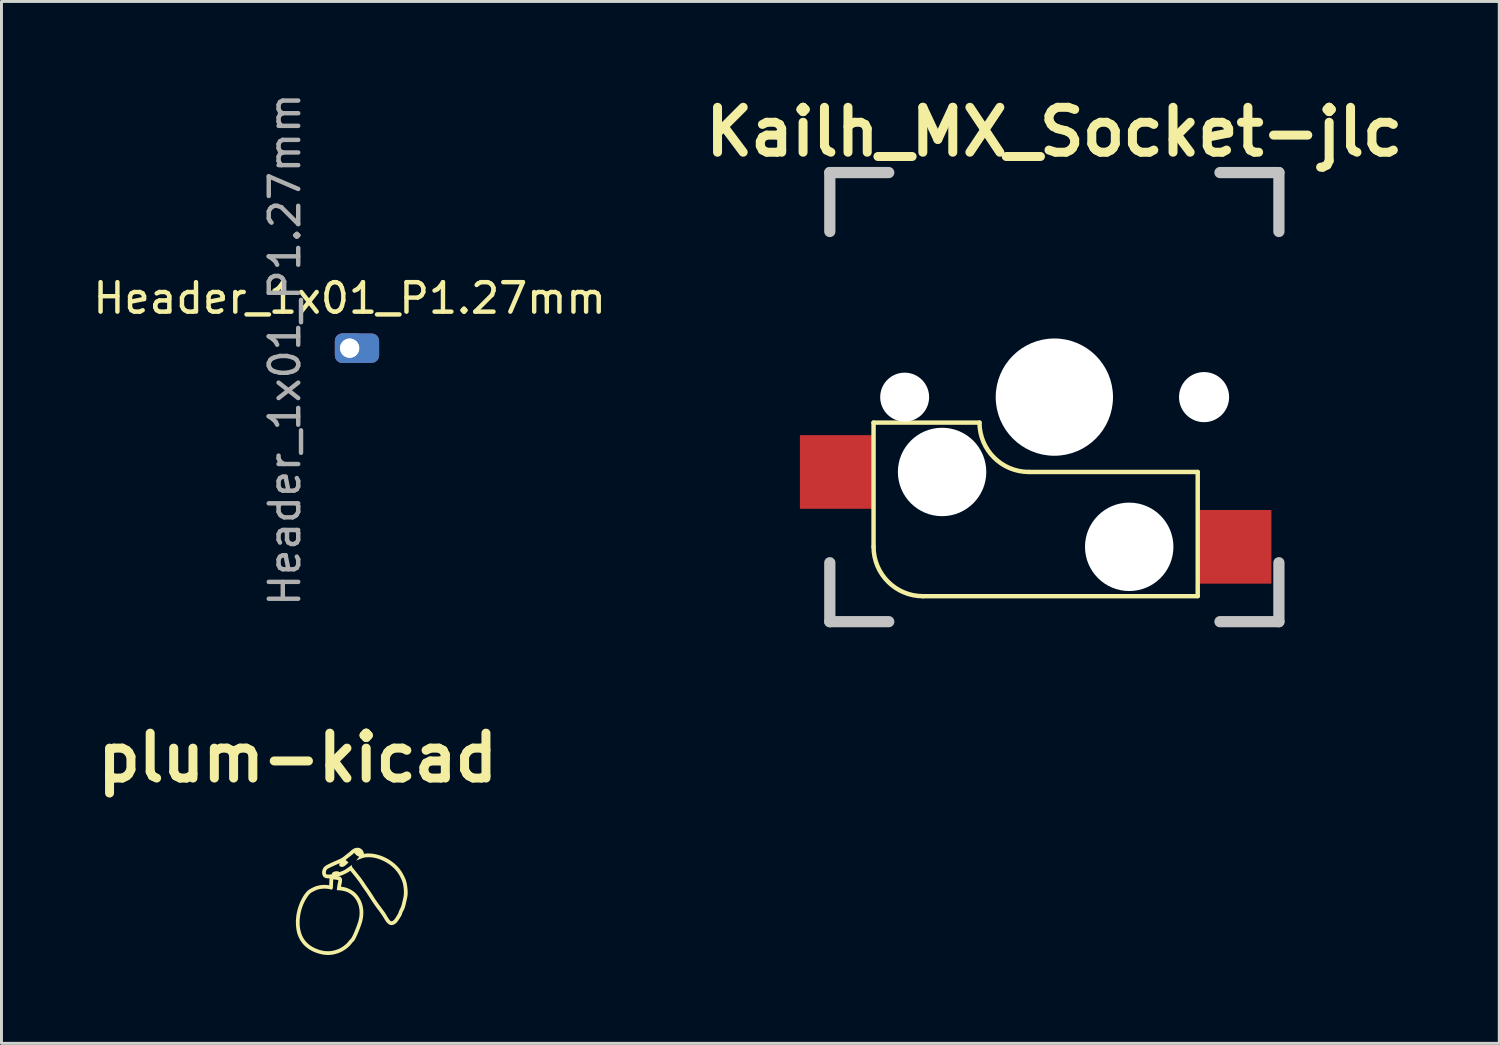
<source format=kicad_pcb>
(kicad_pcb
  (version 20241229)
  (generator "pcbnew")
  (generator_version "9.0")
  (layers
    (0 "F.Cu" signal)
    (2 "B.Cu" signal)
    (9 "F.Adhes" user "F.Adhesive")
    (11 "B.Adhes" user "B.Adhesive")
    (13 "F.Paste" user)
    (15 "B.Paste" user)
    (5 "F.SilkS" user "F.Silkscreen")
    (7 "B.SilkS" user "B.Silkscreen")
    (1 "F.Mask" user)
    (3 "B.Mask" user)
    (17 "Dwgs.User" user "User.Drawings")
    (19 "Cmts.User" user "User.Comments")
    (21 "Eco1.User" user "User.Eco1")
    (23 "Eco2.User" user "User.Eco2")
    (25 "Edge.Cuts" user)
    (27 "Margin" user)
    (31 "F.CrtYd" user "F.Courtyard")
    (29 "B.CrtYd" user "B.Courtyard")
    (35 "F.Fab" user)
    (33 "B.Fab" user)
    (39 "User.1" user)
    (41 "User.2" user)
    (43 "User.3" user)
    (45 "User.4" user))
  (footprint "plum-kicad"
    (layer "F.Cu")
    (at 7.054 25.781)
    (property "Reference" "plum-kicad" (at 0 -3.117 0) (layer "F.SilkS") (effects (font (size 1.524 1.524) (thickness 0.305))))
    (attr exclude_from_pos_files exclude_from_bom)
    (fp_poly (pts (xy 3.65 1.717) (xy 3.643 1.75) (xy 3.636 1.783) (xy 3.659 1.765) (xy 3.655 1.732) (xy 3.65 1.717)) (stroke (width 0) (type solid)) (fill yes) (layer "F.Mask"))
    (fp_poly (pts (xy 1.219 0.886) (xy 1.172 0.893) (xy 1.126 0.905) (xy 1.079 0.916) (xy 1.077 0.965) (xy 1.075 1.014) (xy 1.073 1.063) (xy 1.072 1.112) (xy 1.07 1.161) (xy 1.068 1.211) (xy 1.02 1.204) (xy 0.973 1.199) (xy 0.925 1.197) (xy 0.877 1.198) (xy 0.83 1.2) (xy 0.782 1.205) (xy 0.735 1.213) (xy 0.688 1.223) (xy 0.642 1.235) (xy 0.597 1.25) (xy 0.552 1.268) (xy 0.508 1.29) (xy 0.463 1.312) (xy 0.42 1.336) (xy 0.378 1.363) (xy 0.338 1.393) (xy 0.303 1.428) (xy 0.27 1.466) (xy 0.239 1.506) (xy 0.21 1.548) (xy 0.183 1.591) (xy 0.158 1.635) (xy 0.134 1.68) (xy 0.111 1.725) (xy 0.089 1.77) (xy 0.069 1.817) (xy 0.05 1.865) (xy 0.032 1.914) (xy 0.016 1.963) (xy 0.001 2.012) (xy -0.012 2.062) (xy -0.024 2.112) (xy -0.035 2.163) (xy -0.043 2.213) (xy -0.051 2.264) (xy -0.056 2.316) (xy -0.06 2.367) (xy -0.063 2.418) (xy -0.063 2.47) (xy -0.062 2.521) (xy -0.06 2.573) (xy -0.055 2.624) (xy -0.049 2.675) (xy -0.041 2.726) (xy -0.032 2.777) (xy -0.02 2.824) (xy -0.006 2.87) (xy 0.01 2.915) (xy 0.028 2.96) (xy 0.049 3.004) (xy 0.071 3.047) (xy 0.096 3.088) (xy 0.122 3.128) (xy 0.151 3.167) (xy 0.181 3.205) (xy 0.214 3.24) (xy 0.248 3.274) (xy 0.284 3.306) (xy 0.322 3.336) (xy 0.361 3.364) (xy 0.404 3.392) (xy 0.447 3.418) (xy 0.492 3.442) (xy 0.538 3.464) (xy 0.584 3.484) (xy 0.632 3.502) (xy 0.68 3.518) (xy 0.728 3.532) (xy 0.778 3.545) (xy 0.827 3.555) (xy 0.877 3.564) (xy 0.927 3.57) (xy 0.978 3.575) (xy 0.995 3.575) (xy 0.995 3.448) (xy 0.943 3.445) (xy 0.896 3.439) (xy 0.849 3.431) (xy 0.802 3.421) (xy 0.756 3.409) (xy 0.711 3.395) (xy 0.666 3.379) (xy 0.622 3.361) (xy 0.578 3.342) (xy 0.535 3.321) (xy 0.495 3.299) (xy 0.454 3.274) (xy 0.415 3.247) (xy 0.377 3.218) (xy 0.341 3.187) (xy 0.306 3.153) (xy 0.274 3.118) (xy 0.244 3.081) (xy 0.216 3.042) (xy 0.19 3) (xy 0.167 2.957) (xy 0.146 2.913) (xy 0.128 2.867) (xy 0.112 2.82) (xy 0.099 2.773) (xy 0.088 2.725) (xy 0.079 2.676) (xy 0.072 2.628) (xy 0.068 2.584) (xy 0.065 2.538) (xy 0.063 2.492) (xy 0.064 2.446) (xy 0.065 2.399) (xy 0.068 2.353) (xy 0.073 2.307) (xy 0.079 2.259) (xy 0.086 2.211) (xy 0.095 2.163) (xy 0.105 2.116) (xy 0.117 2.07) (xy 0.129 2.024) (xy 0.144 1.978) (xy 0.159 1.932) (xy 0.177 1.887) (xy 0.197 1.838) (xy 0.219 1.79) (xy 0.243 1.744) (xy 0.268 1.698) (xy 0.295 1.653) (xy 0.324 1.608) (xy 0.349 1.571) (xy 0.377 1.535) (xy 0.408 1.502) (xy 0.442 1.472) (xy 0.479 1.446) (xy 0.52 1.426) (xy 0.561 1.404) (xy 0.602 1.385) (xy 0.644 1.367) (xy 0.688 1.353) (xy 0.732 1.342) (xy 0.777 1.335) (xy 0.824 1.329) (xy 0.871 1.325) (xy 0.918 1.324) (xy 0.965 1.326) (xy 1.012 1.33) (xy 1.059 1.337) (xy 1.105 1.347) (xy 1.151 1.359) (xy 1.18 1.335) (xy 1.191 1.3) (xy 1.192 1.263) (xy 1.195 1.213) (xy 1.197 1.162) (xy 1.199 1.112) (xy 1.201 1.062) (xy 1.203 1.012) (xy 1.248 1.014) (xy 1.292 1.02) (xy 1.335 1.027) (xy 1.379 1.034) (xy 1.371 1.083) (xy 1.362 1.132) (xy 1.352 1.181) (xy 1.343 1.23) (xy 1.336 1.279) (xy 1.33 1.328) (xy 1.327 1.378) (xy 1.378 1.379) (xy 1.429 1.382) (xy 1.48 1.388) (xy 1.53 1.397) (xy 1.58 1.408) (xy 1.629 1.422) (xy 1.677 1.44) (xy 1.723 1.462) (xy 1.767 1.487) (xy 1.809 1.517) (xy 1.848 1.548) (xy 1.885 1.583) (xy 1.919 1.621) (xy 1.95 1.661) (xy 1.978 1.702) (xy 2.003 1.745) (xy 2.025 1.789) (xy 2.043 1.833) (xy 2.059 1.878) (xy 2.072 1.923) (xy 2.082 1.969) (xy 2.09 2.015) (xy 2.095 2.061) (xy 2.098 2.112) (xy 2.098 2.162) (xy 2.096 2.212) (xy 2.091 2.262) (xy 2.083 2.311) (xy 2.073 2.36) (xy 2.062 2.409) (xy 2.048 2.458) (xy 2.033 2.507) (xy 2.015 2.555) (xy 1.998 2.602) (xy 1.98 2.65) (xy 1.961 2.698) (xy 1.942 2.745) (xy 1.923 2.793) (xy 1.902 2.84) (xy 1.881 2.886) (xy 1.858 2.932) (xy 1.834 2.977) (xy 1.808 3.022) (xy 1.775 3.054) (xy 1.743 3.088) (xy 1.714 3.124) (xy 1.684 3.16) (xy 1.652 3.194) (xy 1.617 3.225) (xy 1.58 3.255) (xy 1.542 3.283) (xy 1.503 3.31) (xy 1.462 3.333) (xy 1.42 3.355) (xy 1.377 3.375) (xy 1.333 3.392) (xy 1.288 3.407) (xy 1.243 3.42) (xy 1.197 3.43) (xy 1.147 3.439) (xy 1.096 3.445) (xy 1.046 3.448) (xy 0.995 3.448) (xy 0.995 3.575) (xy 1.028 3.576) (xy 1.079 3.574) (xy 1.129 3.57) (xy 1.179 3.563) (xy 1.229 3.554) (xy 1.278 3.542) (xy 1.327 3.528) (xy 1.375 3.512) (xy 1.422 3.494) (xy 1.468 3.473) (xy 1.513 3.45) (xy 1.557 3.425) (xy 1.6 3.397) (xy 1.641 3.368) (xy 1.681 3.337) (xy 1.719 3.304) (xy 1.756 3.269) (xy 1.79 3.232) (xy 1.823 3.193) (xy 1.853 3.153) (xy 1.888 3.123) (xy 1.917 3.088) (xy 1.942 3.049) (xy 1.962 3.008) (xy 1.985 2.961) (xy 2.008 2.913) (xy 2.029 2.865) (xy 2.05 2.817) (xy 2.07 2.768) (xy 2.089 2.719) (xy 2.108 2.67) (xy 2.126 2.621) (xy 2.144 2.571) (xy 2.161 2.522) (xy 2.176 2.472) (xy 2.19 2.423) (xy 2.201 2.372) (xy 2.21 2.322) (xy 2.218 2.27) (xy 2.223 2.219) (xy 2.225 2.168) (xy 2.225 2.116) (xy 2.223 2.065) (xy 2.218 2.014) (xy 2.21 1.963) (xy 2.2 1.912) (xy 2.188 1.865) (xy 2.173 1.818) (xy 2.156 1.773) (xy 2.137 1.728) (xy 2.115 1.684) (xy 2.09 1.642) (xy 2.064 1.601) (xy 2.035 1.562) (xy 2.004 1.524) (xy 1.971 1.489) (xy 1.935 1.456) (xy 1.898 1.425) (xy 1.858 1.396) (xy 1.817 1.37) (xy 1.774 1.347) (xy 1.732 1.327) (xy 1.69 1.31) (xy 1.647 1.294) (xy 1.602 1.282) (xy 1.558 1.272) (xy 1.512 1.264) (xy 1.467 1.259) (xy 1.476 1.207) (xy 1.487 1.156) (xy 1.497 1.104) (xy 1.503 1.053) (xy 1.502 1) (xy 1.483 0.958) (xy 1.448 0.925) (xy 1.405 0.906) (xy 1.358 0.902) (xy 1.312 0.894) (xy 1.266 0.888) (xy 1.219 0.886)) (stroke (width 0) (type solid)) (fill yes) (layer "F.SilkS"))
    (fp_poly (pts (xy 2.026 -0.063) (xy 1.975 -0.058) (xy 1.927 -0.044) (xy 1.882 -0.021) (xy 1.84 0.008) (xy 1.8 0.041) (xy 1.764 0.076) (xy 1.727 0.105) (xy 1.69 0.134) (xy 1.653 0.163) (xy 1.617 0.192) (xy 1.58 0.221) (xy 1.543 0.25) (xy 1.505 0.277) (xy 1.462 0.302) (xy 1.417 0.324) (xy 1.372 0.345) (xy 1.326 0.365) (xy 1.281 0.385) (xy 1.235 0.404) (xy 1.189 0.424) (xy 1.144 0.445) (xy 1.099 0.467) (xy 1.056 0.487) (xy 1.013 0.509) (xy 0.97 0.532) (xy 0.93 0.558) (xy 0.894 0.59) (xy 0.868 0.625) (xy 0.848 0.665) (xy 0.834 0.708) (xy 0.827 0.752) (xy 0.827 0.797) (xy 0.834 0.84) (xy 0.849 0.882) (xy 0.872 0.92) (xy 0.91 0.95) (xy 0.955 0.967) (xy 1.003 0.974) (xy 1.053 0.975) (xy 1.101 0.971) (xy 1.144 0.967) (xy 1.185 0.956) (xy 1.225 0.943) (xy 1.264 0.926) (xy 1.314 0.92) (xy 1.364 0.91) (xy 1.413 0.898) (xy 1.461 0.884) (xy 1.509 0.866) (xy 1.555 0.847) (xy 1.601 0.826) (xy 1.646 0.802) (xy 1.69 0.778) (xy 1.733 0.751) (xy 1.76 0.732) (xy 1.785 0.719) (xy 1.817 0.758) (xy 1.85 0.798) (xy 1.882 0.837) (xy 1.914 0.877) (xy 1.946 0.916) (xy 1.978 0.956) (xy 2.009 0.997) (xy 2.04 1.037) (xy 2.07 1.078) (xy 2.1 1.12) (xy 2.129 1.162) (xy 2.156 1.205) (xy 2.183 1.248) (xy 2.212 1.289) (xy 2.241 1.33) (xy 2.27 1.371) (xy 2.3 1.412) (xy 2.328 1.453) (xy 2.356 1.495) (xy 2.383 1.537) (xy 2.41 1.579) (xy 2.437 1.62) (xy 2.464 1.662) (xy 2.491 1.704) (xy 2.518 1.745) (xy 2.546 1.787) (xy 2.574 1.828) (xy 2.602 1.869) (xy 2.63 1.909) (xy 2.659 1.95) (xy 2.689 1.99) (xy 2.719 2.029) (xy 2.751 2.071) (xy 2.782 2.114) (xy 2.813 2.157) (xy 2.843 2.2) (xy 2.873 2.244) (xy 2.901 2.289) (xy 2.929 2.334) (xy 2.955 2.379) (xy 2.983 2.422) (xy 3.014 2.463) (xy 3.049 2.501) (xy 3.088 2.532) (xy 3.134 2.556) (xy 3.182 2.562) (xy 3.197 2.56) (xy 3.197 2.433) (xy 3.154 2.425) (xy 3.121 2.393) (xy 3.093 2.357) (xy 3.066 2.316) (xy 3.04 2.275) (xy 3.014 2.232) (xy 2.989 2.19) (xy 2.963 2.148) (xy 2.935 2.107) (xy 2.905 2.068) (xy 2.874 2.025) (xy 2.843 1.983) (xy 2.812 1.941) (xy 2.781 1.899) (xy 2.75 1.857) (xy 2.72 1.814) (xy 2.689 1.772) (xy 2.66 1.729) (xy 2.63 1.686) (xy 2.601 1.642) (xy 2.573 1.598) (xy 2.546 1.553) (xy 2.519 1.511) (xy 2.491 1.47) (xy 2.464 1.428) (xy 2.436 1.387) (xy 2.408 1.346) (xy 2.379 1.305) (xy 2.35 1.264) (xy 2.322 1.223) (xy 2.293 1.182) (xy 2.267 1.14) (xy 2.239 1.098) (xy 2.211 1.057) (xy 2.182 1.016) (xy 2.153 0.976) (xy 2.122 0.936) (xy 2.092 0.897) (xy 2.061 0.858) (xy 2.03 0.819) (xy 1.998 0.78) (xy 1.967 0.741) (xy 1.936 0.702) (xy 1.904 0.663) (xy 1.873 0.624) (xy 1.842 0.585) (xy 1.84 0.551) (xy 1.837 0.524) (xy 1.797 0.549) (xy 1.759 0.576) (xy 1.72 0.603) (xy 1.682 0.631) (xy 1.643 0.657) (xy 1.604 0.682) (xy 1.562 0.705) (xy 1.519 0.724) (xy 1.484 0.738) (xy 1.449 0.752) (xy 1.414 0.762) (xy 1.374 0.74) (xy 1.329 0.733) (xy 1.284 0.737) (xy 1.238 0.746) (xy 1.195 0.766) (xy 1.162 0.798) (xy 1.167 0.823) (xy 1.151 0.835) (xy 1.105 0.843) (xy 1.058 0.847) (xy 1.012 0.846) (xy 0.967 0.837) (xy 0.955 0.798) (xy 0.954 0.757) (xy 0.965 0.717) (xy 0.985 0.681) (xy 1.013 0.652) (xy 1.05 0.632) (xy 1.096 0.609) (xy 1.142 0.587) (xy 1.189 0.565) (xy 1.235 0.544) (xy 1.282 0.523) (xy 1.329 0.502) (xy 1.376 0.481) (xy 1.423 0.461) (xy 1.412 0.493) (xy 1.406 0.526) (xy 1.418 0.555) (xy 1.457 0.582) (xy 1.503 0.589) (xy 1.55 0.578) (xy 1.591 0.555) (xy 1.626 0.528) (xy 1.659 0.498) (xy 1.691 0.467) (xy 1.723 0.436) (xy 1.69 0.408) (xy 1.657 0.38) (xy 1.623 0.352) (xy 1.659 0.321) (xy 1.696 0.291) (xy 1.733 0.262) (xy 1.771 0.232) (xy 1.808 0.203) (xy 1.845 0.173) (xy 1.881 0.143) (xy 1.917 0.111) (xy 1.918 0.111) (xy 1.92 0.111) (xy 1.945 0.144) (xy 1.973 0.176) (xy 2.007 0.203) (xy 2.046 0.224) (xy 2.087 0.24) (xy 2.06 0.273) (xy 2.034 0.306) (xy 2.008 0.339) (xy 1.982 0.373) (xy 2.029 0.354) (xy 2.076 0.334) (xy 2.123 0.315) (xy 2.17 0.297) (xy 2.218 0.281) (xy 2.267 0.269) (xy 2.316 0.261) (xy 2.367 0.259) (xy 2.417 0.258) (xy 2.467 0.26) (xy 2.516 0.265) (xy 2.566 0.271) (xy 2.614 0.281) (xy 2.663 0.292) (xy 2.711 0.305) (xy 2.758 0.321) (xy 2.805 0.338) (xy 2.851 0.357) (xy 2.897 0.378) (xy 2.942 0.4) (xy 2.985 0.424) (xy 3.028 0.449) (xy 3.071 0.476) (xy 3.112 0.503) (xy 3.153 0.533) (xy 3.192 0.565) (xy 3.23 0.599) (xy 3.267 0.634) (xy 3.302 0.671) (xy 3.336 0.709) (xy 3.368 0.749) (xy 3.398 0.79) (xy 3.426 0.832) (xy 3.452 0.876) (xy 3.476 0.921) (xy 3.498 0.967) (xy 3.519 1.009) (xy 3.537 1.052) (xy 3.553 1.097) (xy 3.566 1.142) (xy 3.576 1.188) (xy 3.585 1.234) (xy 3.591 1.281) (xy 3.597 1.333) (xy 3.601 1.386) (xy 3.603 1.438) (xy 3.601 1.49) (xy 3.597 1.543) (xy 3.591 1.595) (xy 3.581 1.646) (xy 3.567 1.697) (xy 3.558 1.744) (xy 3.547 1.79) (xy 3.536 1.837) (xy 3.524 1.883) (xy 3.509 1.928) (xy 3.492 1.972) (xy 3.472 2.015) (xy 3.449 2.057) (xy 3.432 2.099) (xy 3.417 2.142) (xy 3.4 2.184) (xy 3.376 2.223) (xy 3.351 2.262) (xy 3.327 2.303) (xy 3.301 2.342) (xy 3.272 2.378) (xy 3.237 2.409) (xy 3.197 2.433) (xy 3.197 2.56) (xy 3.228 2.555) (xy 3.273 2.539) (xy 3.313 2.513) (xy 3.35 2.482) (xy 3.381 2.445) (xy 3.408 2.41) (xy 3.433 2.373) (xy 3.457 2.335) (xy 3.48 2.297) (xy 3.503 2.259) (xy 3.526 2.221) (xy 3.538 2.179) (xy 3.552 2.138) (xy 3.57 2.099) (xy 3.592 2.061) (xy 3.613 2.015) (xy 3.631 1.968) (xy 3.646 1.92) (xy 3.659 1.871) (xy 3.67 1.821) (xy 3.681 1.772) (xy 3.692 1.722) (xy 3.704 1.673) (xy 3.714 1.623) (xy 3.722 1.573) (xy 3.728 1.523) (xy 3.73 1.472) (xy 3.73 1.421) (xy 3.727 1.371) (xy 3.723 1.321) (xy 3.717 1.271) (xy 3.71 1.221) (xy 3.702 1.171) (xy 3.691 1.122) (xy 3.678 1.073) (xy 3.663 1.025) (xy 3.645 0.978) (xy 3.623 0.932) (xy 3.602 0.888) (xy 3.579 0.845) (xy 3.555 0.802) (xy 3.53 0.76) (xy 3.503 0.719) (xy 3.474 0.679) (xy 3.444 0.64) (xy 3.413 0.602) (xy 3.379 0.567) (xy 3.343 0.531) (xy 3.307 0.498) (xy 3.269 0.465) (xy 3.23 0.434) (xy 3.19 0.404) (xy 3.149 0.375) (xy 3.107 0.348) (xy 3.065 0.322) (xy 3.021 0.298) (xy 2.977 0.275) (xy 2.932 0.253) (xy 2.886 0.234) (xy 2.839 0.215) (xy 2.792 0.199) (xy 2.745 0.184) (xy 2.696 0.17) (xy 2.648 0.158) (xy 2.598 0.149) (xy 2.548 0.141) (xy 2.498 0.135) (xy 2.447 0.132) (xy 2.396 0.131) (xy 2.346 0.132) (xy 2.295 0.137) (xy 2.245 0.144) (xy 2.238 0.097) (xy 2.22 0.053) (xy 2.193 0.014) (xy 2.159 -0.019) (xy 2.118 -0.044) (xy 2.074 -0.06) (xy 2.026 -0.063)) (stroke (width 0) (type solid)) (fill yes) (layer "F.SilkS")))
  (footprint "Header_1x01_P1.27mm"
    (layer "F.Cu")
    (at 8.815 8.765)
    (property "Reference" "Header_1x01_P1.27mm" (at 0 -1.695 0) (layer "F.SilkS") (effects (font (size 1 1) (thickness 0.15))))
    (attr through_hole)
    (fp_text user "${REFERENCE}" (at -2.2 0.05 270) (layer "F.Fab") (effects (font (size 1 1) (thickness 0.15))))
    (pad "1" thru_hole roundrect (at 0 0) (size 1 1) (drill 0.65) (layers "*.Cu" "*.Mask") (roundrect_rratio 0.25))
    (pad "1" thru_hole roundrect (at 0 0) (size 1.5 1) (drill 0.65 (offset 0.25 0)) (layers "*.Cu" "*.Mask") (roundrect_rratio 0.25)))
  (footprint "Kailh_MX_Socket-jlc"
    (layer "F.Cu")
    (at 32.729 14.236)
    (property "Reference" "Kailh_MX_Socket-jlc" (at 0 -12.81 0) (layer "F.SilkS") (effects (font (size 1.524 1.524) (thickness 0.305))))
    (attr through_hole)
    (fp_line (start -6.135 -2.945) (end -2.54 -2.945) (stroke (width 0.15) (type solid)) (layer "F.SilkS"))
    (fp_line (start -6.135 1.27) (end -6.135 -2.945) (stroke (width 0.15) (type solid)) (layer "F.SilkS"))
    (fp_line (start -4.46 2.945) (end 4.865 2.945) (stroke (width 0.15) (type solid)) (layer "F.SilkS"))
    (fp_line (start -0.865 -1.27) (end 4.865 -1.27) (stroke (width 0.15) (type solid)) (layer "F.SilkS"))
    (fp_line (start 4.865 2.94) (end 4.865 -1.27) (stroke (width 0.15) (type solid)) (layer "F.SilkS"))
    (fp_arc (start -4.46 2.945) (mid -5.644404 2.454404) (end -6.135 1.27) (stroke (width 0.15) (type solid)) (layer "F.SilkS"))
    (fp_arc (start -0.865 -1.27) (mid -2.049404 -1.760596) (end -2.54 -2.945) (stroke (width 0.15) (type solid)) (layer "F.SilkS"))
    (fp_line (start -7.62 -9.43) (end -7.62 -11.43) (stroke (width 0.381) (type solid)) (layer "Dwgs.User"))
    (fp_line (start -7.62 3.81) (end -7.62 1.81) (stroke (width 0.381) (type solid)) (layer "Dwgs.User"))
    (fp_line (start -5.62 -11.43) (end -7.62 -11.43) (stroke (width 0.381) (type solid)) (layer "Dwgs.User"))
    (fp_line (start -5.62 3.81) (end -7.62 3.81) (stroke (width 0.381) (type solid)) (layer "Dwgs.User"))
    (fp_line (start 7.62 -11.43) (end 5.62 -11.43) (stroke (width 0.381) (type solid)) (layer "Dwgs.User"))
    (fp_line (start 7.62 -9.43) (end 7.62 -11.43) (stroke (width 0.381) (type solid)) (layer "Dwgs.User"))
    (fp_line (start 7.62 1.81) (end 7.62 3.81) (stroke (width 0.381) (type solid)) (layer "Dwgs.User"))
    (fp_line (start 7.62 3.81) (end 5.62 3.81) (stroke (width 0.381) (type solid)) (layer "Dwgs.User"))
    (pad "" np_thru_hole circle (at -5.08 -3.81 180) (size 1.66 1.66) (drill 1.66) (layers "*.Cu" "*.Mask"))
    (pad "" np_thru_hole circle (at -3.81 -1.27 180) (size 3 3) (drill 3) (layers "*.Cu" "*.Mask"))
    (pad "" np_thru_hole circle (at 0 -3.81 180) (size 3.98 3.98) (drill 3.98) (layers "*.Cu" "*.Mask"))
    (pad "" np_thru_hole circle (at 2.54 1.27 180) (size 3 3) (drill 3) (layers "*.Cu" "*.Mask"))
    (pad "" np_thru_hole circle (at 5.08 -3.81 180) (size 1.7 1.7) (drill 1.7) (layers "*.Cu" "*.Mask"))
    (pad "1" smd rect (at -7.36 -1.27 180) (size 2.55 2.5) (layers "F.Cu" "F.Mask" "F.Paste"))
    (pad "2" smd rect (at 6.09 1.27 180) (size 2.55 2.5) (layers "F.Cu" "F.Mask" "F.Paste")))
  (gr_rect
    (start -3 -3)
    (end 47.826 32.356)
    (stroke (width 0.1) (type default))
    (fill no)
    (layer "Edge.Cuts")))
</source>
